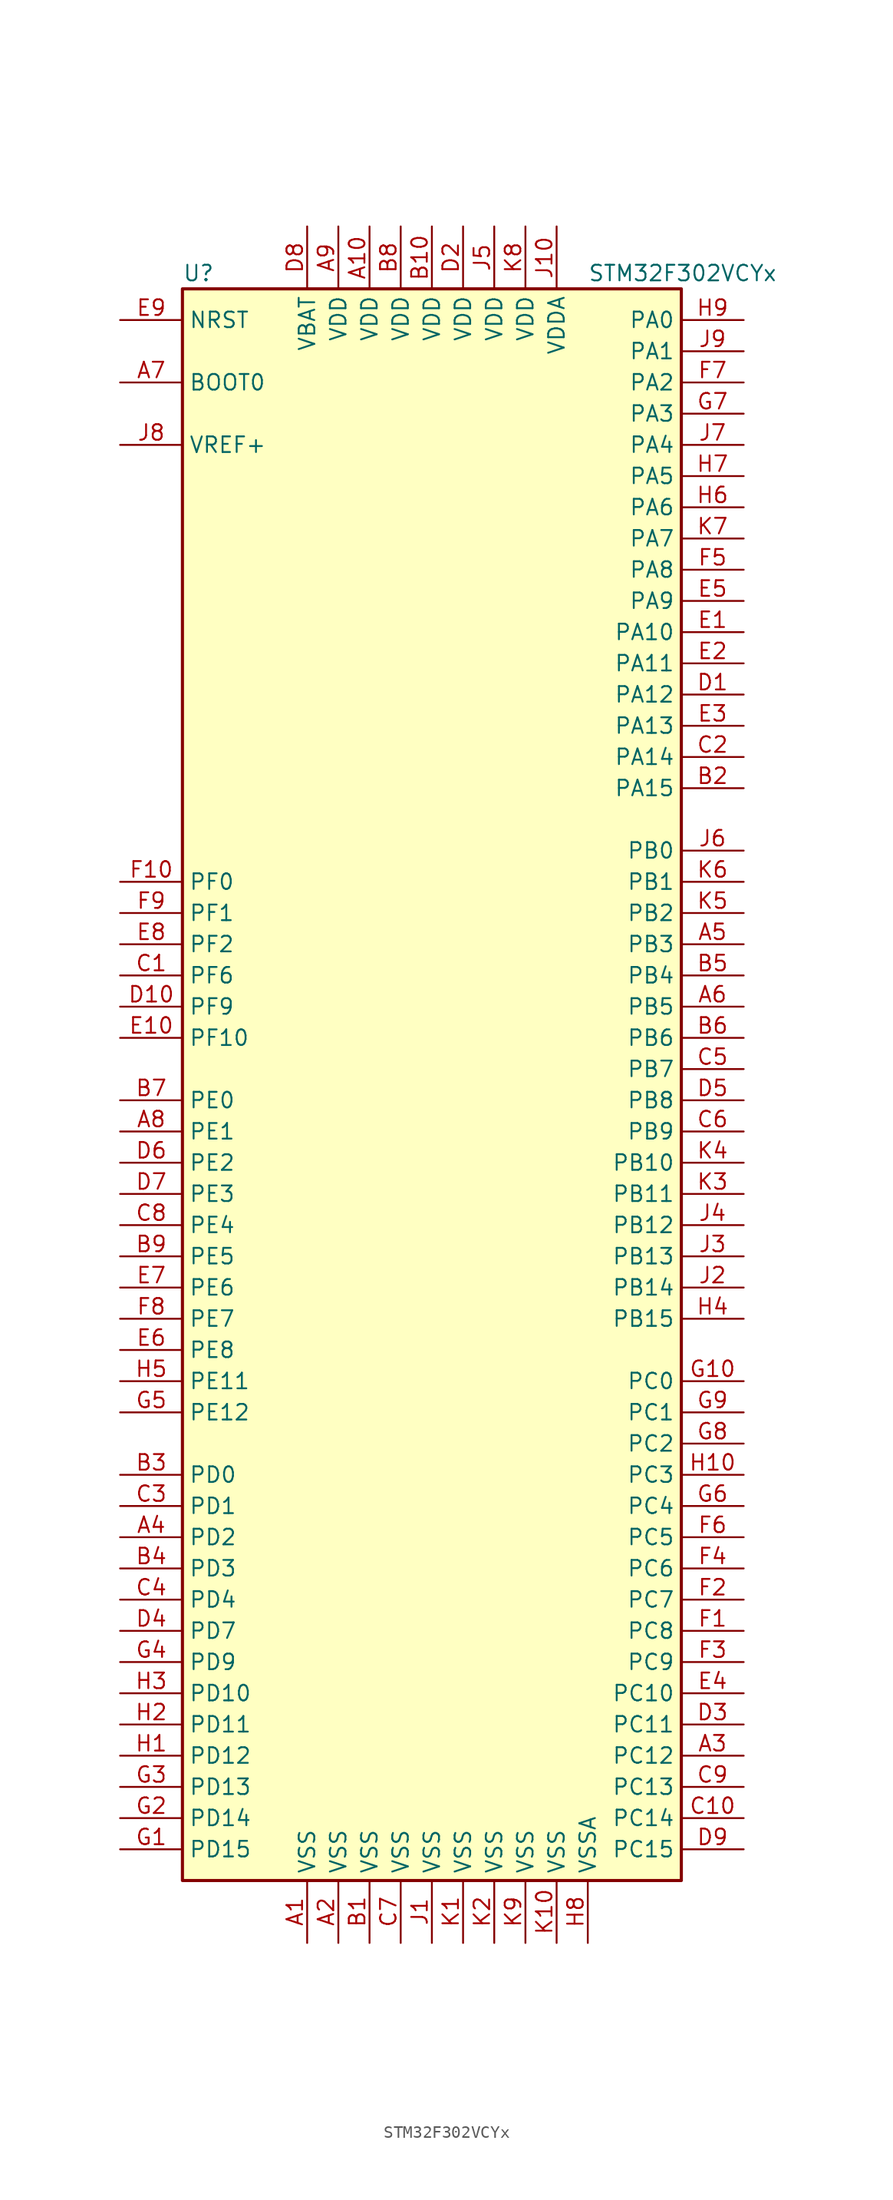
<source format=kicad_sym>
(kicad_symbol_lib
  (version 20211014)
  (generator kicad_symbol_editor)
  (symbol "STM32F302VCYx"
    (property "Reference" "U"
      (at -20.32 64.77 0)
      (effects (font (size 1.27 1.27)) (justify left)))
    (property "Value" "STM32F302VCYx"
      (at 12.7 64.77 0)
      (effects (font (size 1.27 1.27)) (justify left)))
    (symbol "STM32F302VCYx_0_1"
      (rectangle (start -20.32 -66.04) (end 20.32 63.5) (stroke (width 0.254) (type default) (color 0 0 0 0)) (fill (type background))))
    (symbol "STM32F302VCYx_1_1"
      (pin power_in line (at -10.16 -71.12 90) (length 5.08) (name "VSS" (effects (font (size 1.27 1.27)))) (number "A1" (effects (font (size 1.27 1.27)))))
      (pin power_in line (at -5.08 68.58 270) (length 5.08) (name "VDD" (effects (font (size 1.27 1.27)))) (number "A10" (effects (font (size 1.27 1.27)))))
      (pin power_in line (at -7.62 -71.12 90) (length 5.08) (name "VSS" (effects (font (size 1.27 1.27)))) (number "A2" (effects (font (size 1.27 1.27)))))
      (pin bidirectional line (at 25.4 -55.88 180) (length 5.08) (name "PC12" (effects (font (size 1.27 1.27)))) (number "A3" (effects (font (size 1.27 1.27)))))
      (pin bidirectional line (at -25.4 -38.1 0) (length 5.08) (name "PD2" (effects (font (size 1.27 1.27)))) (number "A4" (effects (font (size 1.27 1.27)))))
      (pin bidirectional line (at 25.4 10.16 180) (length 5.08) (name "PB3" (effects (font (size 1.27 1.27)))) (number "A5" (effects (font (size 1.27 1.27)))))
      (pin bidirectional line (at 25.4 5.08 180) (length 5.08) (name "PB5" (effects (font (size 1.27 1.27)))) (number "A6" (effects (font (size 1.27 1.27)))))
      (pin input line (at -25.4 55.88 0) (length 5.08) (name "BOOT0" (effects (font (size 1.27 1.27)))) (number "A7" (effects (font (size 1.27 1.27)))))
      (pin bidirectional line (at -25.4 -5.08 0) (length 5.08) (name "PE1" (effects (font (size 1.27 1.27)))) (number "A8" (effects (font (size 1.27 1.27)))))
      (pin power_in line (at -7.62 68.58 270) (length 5.08) (name "VDD" (effects (font (size 1.27 1.27)))) (number "A9" (effects (font (size 1.27 1.27)))))
      (pin power_in line (at -5.08 -71.12 90) (length 5.08) (name "VSS" (effects (font (size 1.27 1.27)))) (number "B1" (effects (font (size 1.27 1.27)))))
      (pin power_in line (at 0 68.58 270) (length 5.08) (name "VDD" (effects (font (size 1.27 1.27)))) (number "B10" (effects (font (size 1.27 1.27)))))
      (pin bidirectional line (at 25.4 22.86 180) (length 5.08) (name "PA15" (effects (font (size 1.27 1.27)))) (number "B2" (effects (font (size 1.27 1.27)))))
      (pin bidirectional line (at -25.4 -33.02 0) (length 5.08) (name "PD0" (effects (font (size 1.27 1.27)))) (number "B3" (effects (font (size 1.27 1.27)))))
      (pin bidirectional line (at -25.4 -40.64 0) (length 5.08) (name "PD3" (effects (font (size 1.27 1.27)))) (number "B4" (effects (font (size 1.27 1.27)))))
      (pin bidirectional line (at 25.4 7.62 180) (length 5.08) (name "PB4" (effects (font (size 1.27 1.27)))) (number "B5" (effects (font (size 1.27 1.27)))))
      (pin bidirectional line (at 25.4 2.54 180) (length 5.08) (name "PB6" (effects (font (size 1.27 1.27)))) (number "B6" (effects (font (size 1.27 1.27)))))
      (pin bidirectional line (at -25.4 -2.54 0) (length 5.08) (name "PE0" (effects (font (size 1.27 1.27)))) (number "B7" (effects (font (size 1.27 1.27)))))
      (pin power_in line (at -2.54 68.58 270) (length 5.08) (name "VDD" (effects (font (size 1.27 1.27)))) (number "B8" (effects (font (size 1.27 1.27)))))
      (pin bidirectional line (at -25.4 -15.24 0) (length 5.08) (name "PE5" (effects (font (size 1.27 1.27)))) (number "B9" (effects (font (size 1.27 1.27)))))
      (pin bidirectional line (at -25.4 7.62 0) (length 5.08) (name "PF6" (effects (font (size 1.27 1.27)))) (number "C1" (effects (font (size 1.27 1.27)))))
      (pin bidirectional line (at 25.4 -60.96 180) (length 5.08) (name "PC14" (effects (font (size 1.27 1.27)))) (number "C10" (effects (font (size 1.27 1.27)))))
      (pin bidirectional line (at 25.4 25.4 180) (length 5.08) (name "PA14" (effects (font (size 1.27 1.27)))) (number "C2" (effects (font (size 1.27 1.27)))))
      (pin bidirectional line (at -25.4 -35.56 0) (length 5.08) (name "PD1" (effects (font (size 1.27 1.27)))) (number "C3" (effects (font (size 1.27 1.27)))))
      (pin bidirectional line (at -25.4 -43.18 0) (length 5.08) (name "PD4" (effects (font (size 1.27 1.27)))) (number "C4" (effects (font (size 1.27 1.27)))))
      (pin bidirectional line (at 25.4 0 180) (length 5.08) (name "PB7" (effects (font (size 1.27 1.27)))) (number "C5" (effects (font (size 1.27 1.27)))))
      (pin bidirectional line (at 25.4 -5.08 180) (length 5.08) (name "PB9" (effects (font (size 1.27 1.27)))) (number "C6" (effects (font (size 1.27 1.27)))))
      (pin power_in line (at -2.54 -71.12 90) (length 5.08) (name "VSS" (effects (font (size 1.27 1.27)))) (number "C7" (effects (font (size 1.27 1.27)))))
      (pin bidirectional line (at -25.4 -12.7 0) (length 5.08) (name "PE4" (effects (font (size 1.27 1.27)))) (number "C8" (effects (font (size 1.27 1.27)))))
      (pin bidirectional line (at 25.4 -58.42 180) (length 5.08) (name "PC13" (effects (font (size 1.27 1.27)))) (number "C9" (effects (font (size 1.27 1.27)))))
      (pin bidirectional line (at 25.4 30.48 180) (length 5.08) (name "PA12" (effects (font (size 1.27 1.27)))) (number "D1" (effects (font (size 1.27 1.27)))))
      (pin bidirectional line (at -25.4 5.08 0) (length 5.08) (name "PF9" (effects (font (size 1.27 1.27)))) (number "D10" (effects (font (size 1.27 1.27)))))
      (pin power_in line (at 2.54 68.58 270) (length 5.08) (name "VDD" (effects (font (size 1.27 1.27)))) (number "D2" (effects (font (size 1.27 1.27)))))
      (pin bidirectional line (at 25.4 -53.34 180) (length 5.08) (name "PC11" (effects (font (size 1.27 1.27)))) (number "D3" (effects (font (size 1.27 1.27)))))
      (pin bidirectional line (at -25.4 -45.72 0) (length 5.08) (name "PD7" (effects (font (size 1.27 1.27)))) (number "D4" (effects (font (size 1.27 1.27)))))
      (pin bidirectional line (at 25.4 -2.54 180) (length 5.08) (name "PB8" (effects (font (size 1.27 1.27)))) (number "D5" (effects (font (size 1.27 1.27)))))
      (pin bidirectional line (at -25.4 -7.62 0) (length 5.08) (name "PE2" (effects (font (size 1.27 1.27)))) (number "D6" (effects (font (size 1.27 1.27)))))
      (pin bidirectional line (at -25.4 -10.16 0) (length 5.08) (name "PE3" (effects (font (size 1.27 1.27)))) (number "D7" (effects (font (size 1.27 1.27)))))
      (pin power_in line (at -10.16 68.58 270) (length 5.08) (name "VBAT" (effects (font (size 1.27 1.27)))) (number "D8" (effects (font (size 1.27 1.27)))))
      (pin bidirectional line (at 25.4 -63.5 180) (length 5.08) (name "PC15" (effects (font (size 1.27 1.27)))) (number "D9" (effects (font (size 1.27 1.27)))))
      (pin bidirectional line (at 25.4 35.56 180) (length 5.08) (name "PA10" (effects (font (size 1.27 1.27)))) (number "E1" (effects (font (size 1.27 1.27)))))
      (pin bidirectional line (at -25.4 2.54 0) (length 5.08) (name "PF10" (effects (font (size 1.27 1.27)))) (number "E10" (effects (font (size 1.27 1.27)))))
      (pin bidirectional line (at 25.4 33.02 180) (length 5.08) (name "PA11" (effects (font (size 1.27 1.27)))) (number "E2" (effects (font (size 1.27 1.27)))))
      (pin bidirectional line (at 25.4 27.94 180) (length 5.08) (name "PA13" (effects (font (size 1.27 1.27)))) (number "E3" (effects (font (size 1.27 1.27)))))
      (pin bidirectional line (at 25.4 -50.8 180) (length 5.08) (name "PC10" (effects (font (size 1.27 1.27)))) (number "E4" (effects (font (size 1.27 1.27)))))
      (pin bidirectional line (at 25.4 38.1 180) (length 5.08) (name "PA9" (effects (font (size 1.27 1.27)))) (number "E5" (effects (font (size 1.27 1.27)))))
      (pin bidirectional line (at -25.4 -22.86 0) (length 5.08) (name "PE8" (effects (font (size 1.27 1.27)))) (number "E6" (effects (font (size 1.27 1.27)))))
      (pin bidirectional line (at -25.4 -17.78 0) (length 5.08) (name "PE6" (effects (font (size 1.27 1.27)))) (number "E7" (effects (font (size 1.27 1.27)))))
      (pin bidirectional line (at -25.4 10.16 0) (length 5.08) (name "PF2" (effects (font (size 1.27 1.27)))) (number "E8" (effects (font (size 1.27 1.27)))))
      (pin input line (at -25.4 60.96 0) (length 5.08) (name "NRST" (effects (font (size 1.27 1.27)))) (number "E9" (effects (font (size 1.27 1.27)))))
      (pin bidirectional line (at 25.4 -45.72 180) (length 5.08) (name "PC8" (effects (font (size 1.27 1.27)))) (number "F1" (effects (font (size 1.27 1.27)))))
      (pin input line (at -25.4 15.24 0) (length 5.08) (name "PF0" (effects (font (size 1.27 1.27)))) (number "F10" (effects (font (size 1.27 1.27)))))
      (pin bidirectional line (at 25.4 -43.18 180) (length 5.08) (name "PC7" (effects (font (size 1.27 1.27)))) (number "F2" (effects (font (size 1.27 1.27)))))
      (pin bidirectional line (at 25.4 -48.26 180) (length 5.08) (name "PC9" (effects (font (size 1.27 1.27)))) (number "F3" (effects (font (size 1.27 1.27)))))
      (pin bidirectional line (at 25.4 -40.64 180) (length 5.08) (name "PC6" (effects (font (size 1.27 1.27)))) (number "F4" (effects (font (size 1.27 1.27)))))
      (pin bidirectional line (at 25.4 40.64 180) (length 5.08) (name "PA8" (effects (font (size 1.27 1.27)))) (number "F5" (effects (font (size 1.27 1.27)))))
      (pin bidirectional line (at 25.4 -38.1 180) (length 5.08) (name "PC5" (effects (font (size 1.27 1.27)))) (number "F6" (effects (font (size 1.27 1.27)))))
      (pin bidirectional line (at 25.4 55.88 180) (length 5.08) (name "PA2" (effects (font (size 1.27 1.27)))) (number "F7" (effects (font (size 1.27 1.27)))))
      (pin bidirectional line (at -25.4 -20.32 0) (length 5.08) (name "PE7" (effects (font (size 1.27 1.27)))) (number "F8" (effects (font (size 1.27 1.27)))))
      (pin input line (at -25.4 12.7 0) (length 5.08) (name "PF1" (effects (font (size 1.27 1.27)))) (number "F9" (effects (font (size 1.27 1.27)))))
      (pin bidirectional line (at -25.4 -63.5 0) (length 5.08) (name "PD15" (effects (font (size 1.27 1.27)))) (number "G1" (effects (font (size 1.27 1.27)))))
      (pin bidirectional line (at 25.4 -25.4 180) (length 5.08) (name "PC0" (effects (font (size 1.27 1.27)))) (number "G10" (effects (font (size 1.27 1.27)))))
      (pin bidirectional line (at -25.4 -60.96 0) (length 5.08) (name "PD14" (effects (font (size 1.27 1.27)))) (number "G2" (effects (font (size 1.27 1.27)))))
      (pin bidirectional line (at -25.4 -58.42 0) (length 5.08) (name "PD13" (effects (font (size 1.27 1.27)))) (number "G3" (effects (font (size 1.27 1.27)))))
      (pin bidirectional line (at -25.4 -48.26 0) (length 5.08) (name "PD9" (effects (font (size 1.27 1.27)))) (number "G4" (effects (font (size 1.27 1.27)))))
      (pin bidirectional line (at -25.4 -27.94 0) (length 5.08) (name "PE12" (effects (font (size 1.27 1.27)))) (number "G5" (effects (font (size 1.27 1.27)))))
      (pin bidirectional line (at 25.4 -35.56 180) (length 5.08) (name "PC4" (effects (font (size 1.27 1.27)))) (number "G6" (effects (font (size 1.27 1.27)))))
      (pin bidirectional line (at 25.4 53.34 180) (length 5.08) (name "PA3" (effects (font (size 1.27 1.27)))) (number "G7" (effects (font (size 1.27 1.27)))))
      (pin bidirectional line (at 25.4 -30.48 180) (length 5.08) (name "PC2" (effects (font (size 1.27 1.27)))) (number "G8" (effects (font (size 1.27 1.27)))))
      (pin bidirectional line (at 25.4 -27.94 180) (length 5.08) (name "PC1" (effects (font (size 1.27 1.27)))) (number "G9" (effects (font (size 1.27 1.27)))))
      (pin bidirectional line (at -25.4 -55.88 0) (length 5.08) (name "PD12" (effects (font (size 1.27 1.27)))) (number "H1" (effects (font (size 1.27 1.27)))))
      (pin bidirectional line (at 25.4 -33.02 180) (length 5.08) (name "PC3" (effects (font (size 1.27 1.27)))) (number "H10" (effects (font (size 1.27 1.27)))))
      (pin bidirectional line (at -25.4 -53.34 0) (length 5.08) (name "PD11" (effects (font (size 1.27 1.27)))) (number "H2" (effects (font (size 1.27 1.27)))))
      (pin bidirectional line (at -25.4 -50.8 0) (length 5.08) (name "PD10" (effects (font (size 1.27 1.27)))) (number "H3" (effects (font (size 1.27 1.27)))))
      (pin bidirectional line (at 25.4 -20.32 180) (length 5.08) (name "PB15" (effects (font (size 1.27 1.27)))) (number "H4" (effects (font (size 1.27 1.27)))))
      (pin bidirectional line (at -25.4 -25.4 0) (length 5.08) (name "PE11" (effects (font (size 1.27 1.27)))) (number "H5" (effects (font (size 1.27 1.27)))))
      (pin bidirectional line (at 25.4 45.72 180) (length 5.08) (name "PA6" (effects (font (size 1.27 1.27)))) (number "H6" (effects (font (size 1.27 1.27)))))
      (pin bidirectional line (at 25.4 48.26 180) (length 5.08) (name "PA5" (effects (font (size 1.27 1.27)))) (number "H7" (effects (font (size 1.27 1.27)))))
      (pin power_in line (at 12.7 -71.12 90) (length 5.08) (name "VSSA" (effects (font (size 1.27 1.27)))) (number "H8" (effects (font (size 1.27 1.27)))))
      (pin bidirectional line (at 25.4 60.96 180) (length 5.08) (name "PA0" (effects (font (size 1.27 1.27)))) (number "H9" (effects (font (size 1.27 1.27)))))
      (pin power_in line (at 0 -71.12 90) (length 5.08) (name "VSS" (effects (font (size 1.27 1.27)))) (number "J1" (effects (font (size 1.27 1.27)))))
      (pin power_in line (at 10.16 68.58 270) (length 5.08) (name "VDDA" (effects (font (size 1.27 1.27)))) (number "J10" (effects (font (size 1.27 1.27)))))
      (pin bidirectional line (at 25.4 -17.78 180) (length 5.08) (name "PB14" (effects (font (size 1.27 1.27)))) (number "J2" (effects (font (size 1.27 1.27)))))
      (pin bidirectional line (at 25.4 -15.24 180) (length 5.08) (name "PB13" (effects (font (size 1.27 1.27)))) (number "J3" (effects (font (size 1.27 1.27)))))
      (pin bidirectional line (at 25.4 -12.7 180) (length 5.08) (name "PB12" (effects (font (size 1.27 1.27)))) (number "J4" (effects (font (size 1.27 1.27)))))
      (pin power_in line (at 5.08 68.58 270) (length 5.08) (name "VDD" (effects (font (size 1.27 1.27)))) (number "J5" (effects (font (size 1.27 1.27)))))
      (pin bidirectional line (at 25.4 17.78 180) (length 5.08) (name "PB0" (effects (font (size 1.27 1.27)))) (number "J6" (effects (font (size 1.27 1.27)))))
      (pin bidirectional line (at 25.4 50.8 180) (length 5.08) (name "PA4" (effects (font (size 1.27 1.27)))) (number "J7" (effects (font (size 1.27 1.27)))))
      (pin power_in line (at -25.4 50.8 0) (length 5.08) (name "VREF+" (effects (font (size 1.27 1.27)))) (number "J8" (effects (font (size 1.27 1.27)))))
      (pin bidirectional line (at 25.4 58.42 180) (length 5.08) (name "PA1" (effects (font (size 1.27 1.27)))) (number "J9" (effects (font (size 1.27 1.27)))))
      (pin power_in line (at 2.54 -71.12 90) (length 5.08) (name "VSS" (effects (font (size 1.27 1.27)))) (number "K1" (effects (font (size 1.27 1.27)))))
      (pin power_in line (at 10.16 -71.12 90) (length 5.08) (name "VSS" (effects (font (size 1.27 1.27)))) (number "K10" (effects (font (size 1.27 1.27)))))
      (pin power_in line (at 5.08 -71.12 90) (length 5.08) (name "VSS" (effects (font (size 1.27 1.27)))) (number "K2" (effects (font (size 1.27 1.27)))))
      (pin bidirectional line (at 25.4 -10.16 180) (length 5.08) (name "PB11" (effects (font (size 1.27 1.27)))) (number "K3" (effects (font (size 1.27 1.27)))))
      (pin bidirectional line (at 25.4 -7.62 180) (length 5.08) (name "PB10" (effects (font (size 1.27 1.27)))) (number "K4" (effects (font (size 1.27 1.27)))))
      (pin bidirectional line (at 25.4 12.7 180) (length 5.08) (name "PB2" (effects (font (size 1.27 1.27)))) (number "K5" (effects (font (size 1.27 1.27)))))
      (pin bidirectional line (at 25.4 15.24 180) (length 5.08) (name "PB1" (effects (font (size 1.27 1.27)))) (number "K6" (effects (font (size 1.27 1.27)))))
      (pin bidirectional line (at 25.4 43.18 180) (length 5.08) (name "PA7" (effects (font (size 1.27 1.27)))) (number "K7" (effects (font (size 1.27 1.27)))))
      (pin power_in line (at 7.62 68.58 270) (length 5.08) (name "VDD" (effects (font (size 1.27 1.27)))) (number "K8" (effects (font (size 1.27 1.27)))))
      (pin power_in line (at 7.62 -71.12 90) (length 5.08) (name "VSS" (effects (font (size 1.27 1.27)))) (number "K9" (effects (font (size 1.27 1.27))))))))
</source>
